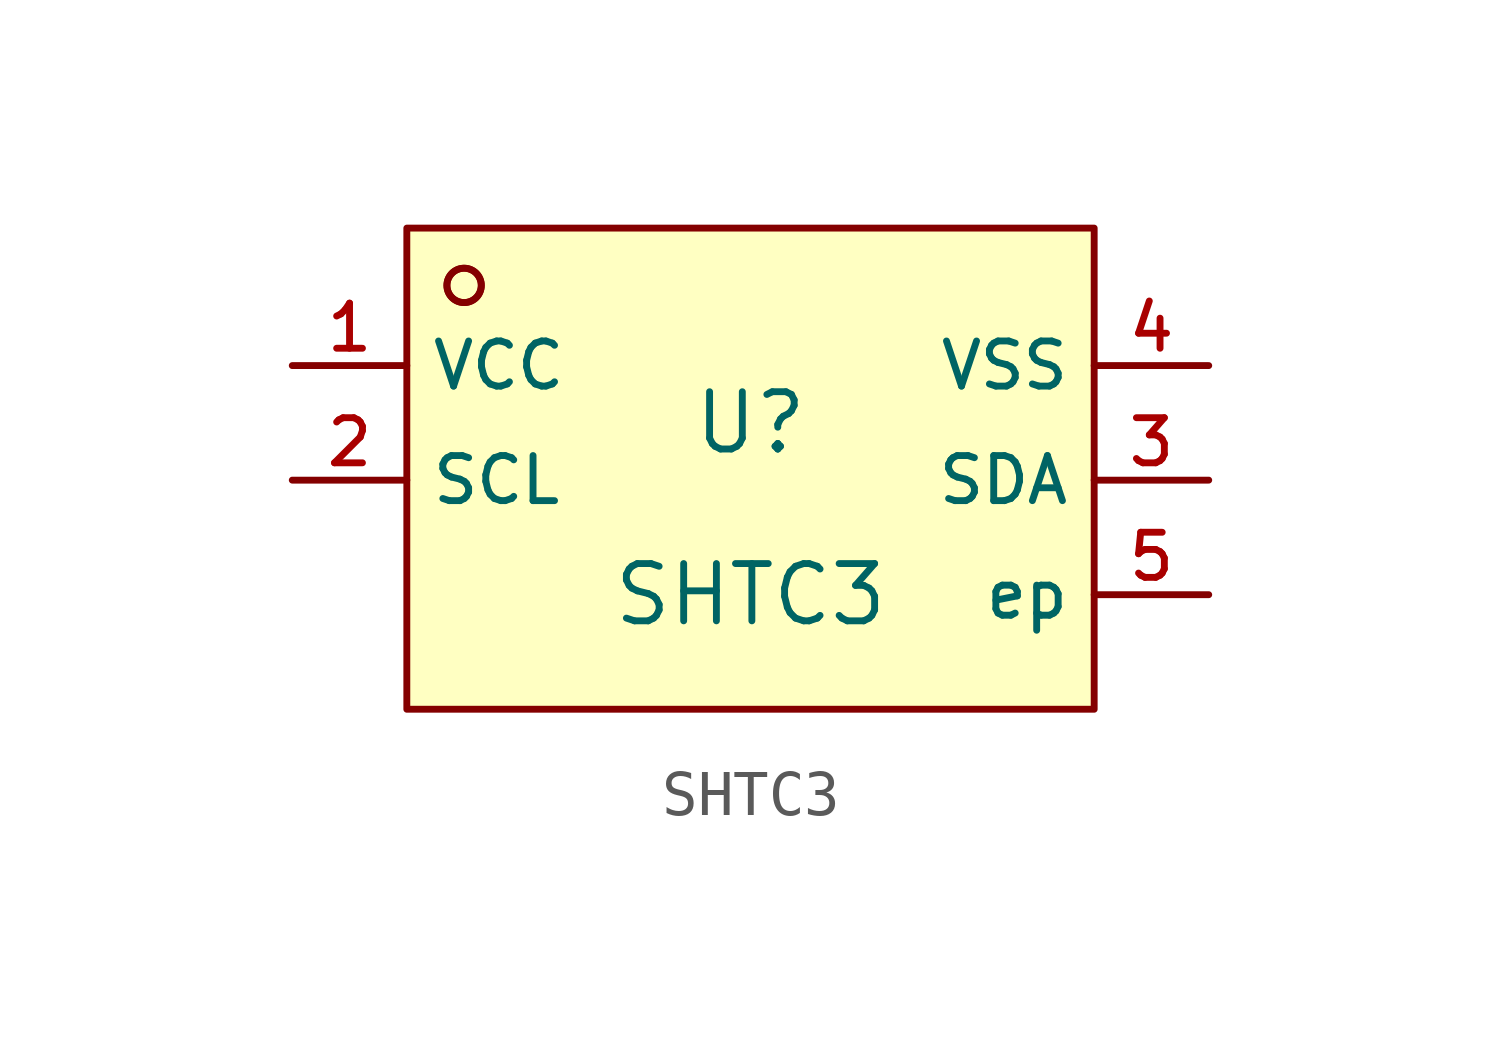
<source format=kicad_sym>
(kicad_symbol_lib
  (version 20210201)
  (generator TousstNicolas/JLC2KiCad_lib)
  (symbol "SHTC3"
    (property "Reference" "U"
      (at 0 1.27 0)
      (effects (font (size 1.27 1.27))))
    (property "Value" "SHTC3"
      (at 0 -2.54 0)
      (effects (font (size 1.27 1.27))))
    (symbol "SHTC3_0_1"
      (circle (center -6.35 4.318) (radius 0.381) (stroke (width 0) (type default) (color 0 0 0 0)) (fill (type background)))
      (rectangle (start -7.62 5.588) (end 7.62 -5.08) (stroke (width 0) (type default) (color 0 0 0 0)) (fill (type background)))
      (circle (center -6.35 4.318) (radius 0.381) (stroke (width 0) (type default) (color 0 0 0 0)) (fill (type background)))
      (pin unspecified line (at -10.16 2.54 0) (length 2.54) (name "VCC" (effects (font (size 1 1)))) (number "1" (effects (font (size 1 1)))))
      (pin unspecified line (at -10.16 -0.0 0) (length 2.54) (name "SCL" (effects (font (size 1 1)))) (number "2" (effects (font (size 1 1)))))
      (pin unspecified line (at 10.16 -0.0 180) (length 2.54) (name "SDA" (effects (font (size 1 1)))) (number "3" (effects (font (size 1 1)))))
      (pin unspecified line (at 10.16 2.54 180) (length 2.54) (name "VSS" (effects (font (size 1 1)))) (number "4" (effects (font (size 1 1)))))
      (pin unspecified line (at 10.16 -2.54 180) (length 2.54) (name "ep" (effects (font (size 1 1)))) (number "5" (effects (font (size 1 1))))))))
</source>
